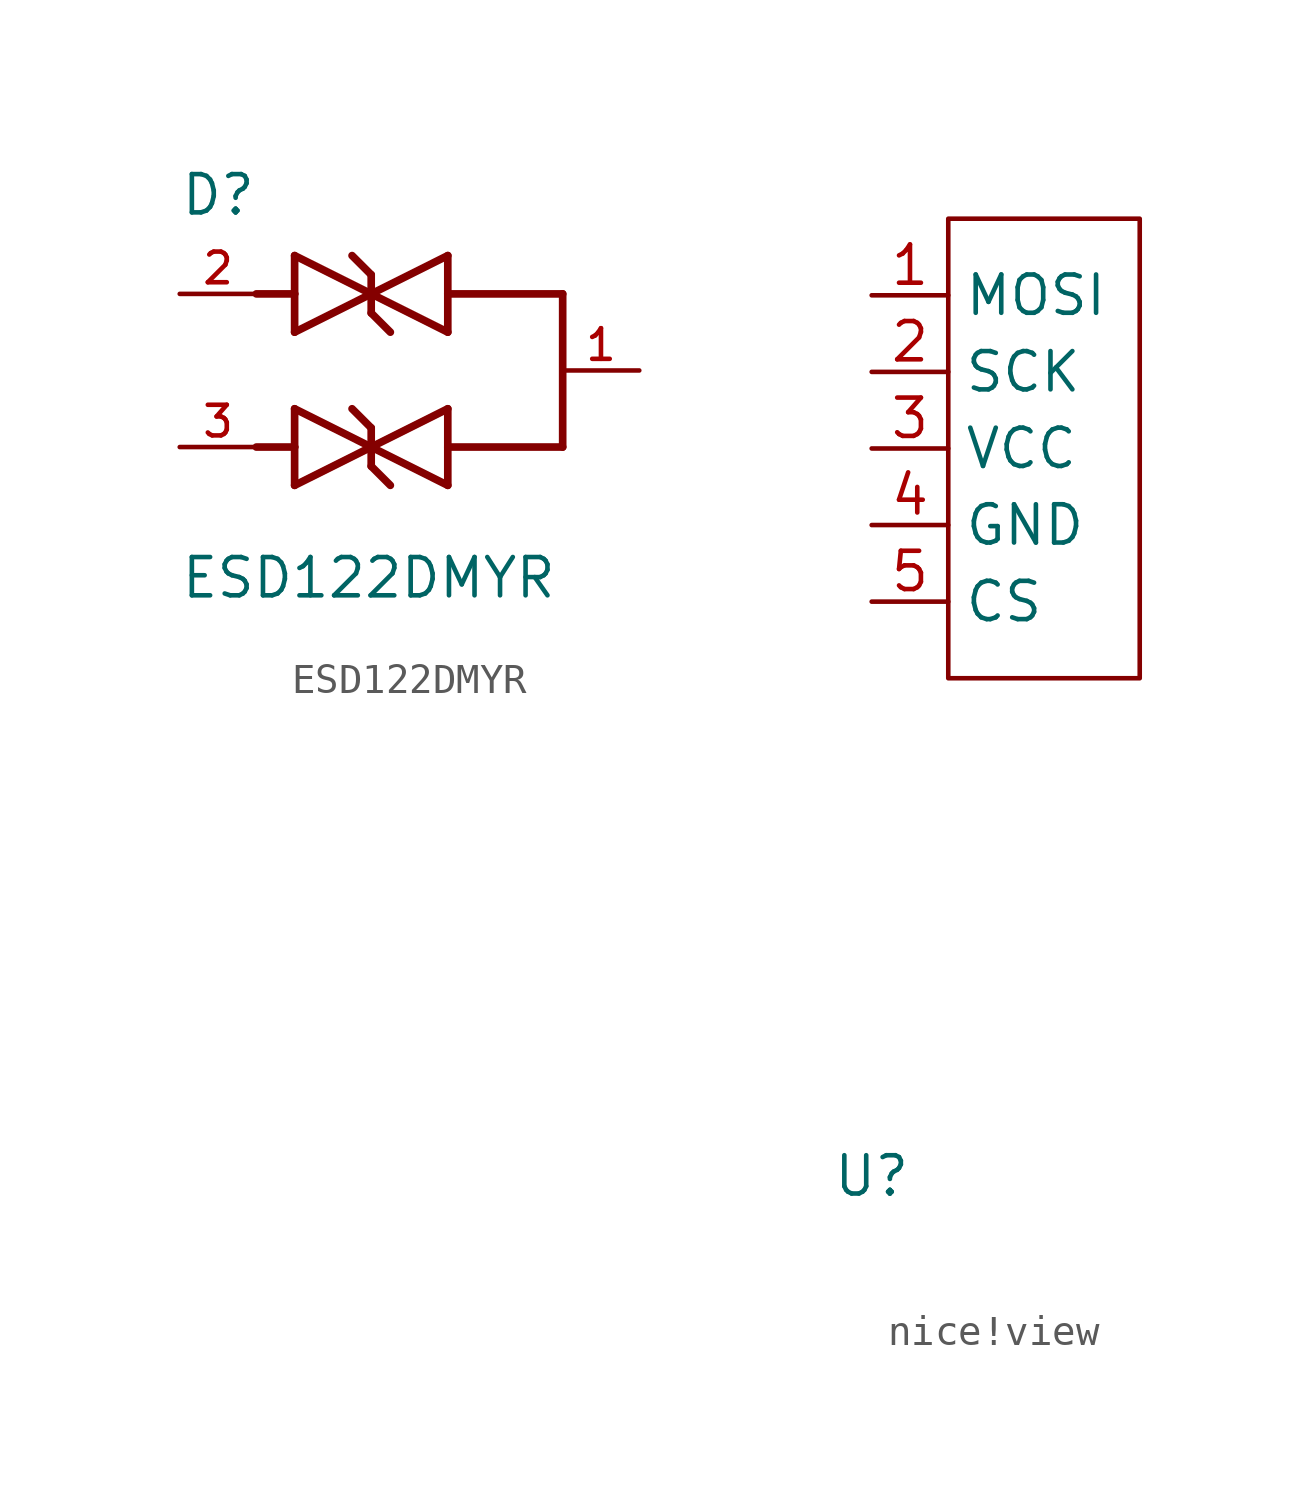
<source format=kicad_sym>
(kicad_symbol_lib
  (version 20231120)
  (generator "kicad_symbol_editor")
  (generator_version "8.0")
  (symbol "ESD122DMYR"
    (pin_names
      (offset 1.016))
    (property "Reference" "D"
      (at -7.62 5.08 0)
      (effects (font (size 1.27 1.27)) (justify left bottom)))
    (property "Value" "ESD122DMYR"
      (at -7.62 -7.62 0)
      (effects (font (size 1.27 1.27)) (justify left bottom)))
    (symbol "ESD122DMYR_0_0"
      (polyline (pts (xy -5.08 -2.54) (xy -3.81 -2.54)) (stroke (width 0.254) (type default)) (fill (type none)))
      (polyline (pts (xy -5.08 2.54) (xy -3.81 2.54)) (stroke (width 0.254) (type default)) (fill (type none)))
      (polyline (pts (xy -3.81 -3.81) (xy -1.27 -2.54)) (stroke (width 0.254) (type default)) (fill (type none)))
      (polyline (pts (xy -3.81 -2.54) (xy -3.81 -3.81)) (stroke (width 0.254) (type default)) (fill (type none)))
      (polyline (pts (xy -3.81 -1.27) (xy -3.81 -2.54)) (stroke (width 0.254) (type default)) (fill (type none)))
      (polyline (pts (xy -3.81 1.27) (xy -1.27 2.54)) (stroke (width 0.254) (type default)) (fill (type none)))
      (polyline (pts (xy -3.81 2.54) (xy -3.81 1.27)) (stroke (width 0.254) (type default)) (fill (type none)))
      (polyline (pts (xy -3.81 3.81) (xy -3.81 2.54)) (stroke (width 0.254) (type default)) (fill (type none)))
      (polyline (pts (xy -1.27 -3.175) (xy -1.27 -2.54)) (stroke (width 0.254) (type default)) (fill (type none)))
      (polyline (pts (xy -1.27 -2.54) (xy -3.81 -1.27)) (stroke (width 0.254) (type default)) (fill (type none)))
      (polyline (pts (xy -1.27 -2.54) (xy -1.27 -1.905)) (stroke (width 0.254) (type default)) (fill (type none)))
      (polyline (pts (xy -1.27 -2.54) (xy 1.27 -3.81)) (stroke (width 0.254) (type default)) (fill (type none)))
      (polyline (pts (xy -1.27 -1.905) (xy -1.905 -1.27)) (stroke (width 0.254) (type default)) (fill (type none)))
      (polyline (pts (xy -1.27 1.905) (xy -1.27 2.54)) (stroke (width 0.254) (type default)) (fill (type none)))
      (polyline (pts (xy -1.27 2.54) (xy -3.81 3.81)) (stroke (width 0.254) (type default)) (fill (type none)))
      (polyline (pts (xy -1.27 2.54) (xy -1.27 3.175)) (stroke (width 0.254) (type default)) (fill (type none)))
      (polyline (pts (xy -1.27 2.54) (xy 1.27 1.27)) (stroke (width 0.254) (type default)) (fill (type none)))
      (polyline (pts (xy -1.27 3.175) (xy -1.905 3.81)) (stroke (width 0.254) (type default)) (fill (type none)))
      (polyline (pts (xy -0.635 -3.81) (xy -1.27 -3.175)) (stroke (width 0.254) (type default)) (fill (type none)))
      (polyline (pts (xy -0.635 1.27) (xy -1.27 1.905)) (stroke (width 0.254) (type default)) (fill (type none)))
      (polyline (pts (xy 1.27 -3.81) (xy 1.27 -2.54)) (stroke (width 0.254) (type default)) (fill (type none)))
      (polyline (pts (xy 1.27 -2.54) (xy 1.27 -1.27)) (stroke (width 0.254) (type default)) (fill (type none)))
      (polyline (pts (xy 1.27 -1.27) (xy -1.27 -2.54)) (stroke (width 0.254) (type default)) (fill (type none)))
      (polyline (pts (xy 1.27 1.27) (xy 1.27 2.54)) (stroke (width 0.254) (type default)) (fill (type none)))
      (polyline (pts (xy 1.27 2.54) (xy 1.27 3.81)) (stroke (width 0.254) (type default)) (fill (type none)))
      (polyline (pts (xy 1.27 2.54) (xy 5.08 2.54)) (stroke (width 0.254) (type default)) (fill (type none)))
      (polyline (pts (xy 1.27 3.81) (xy -1.27 2.54)) (stroke (width 0.254) (type default)) (fill (type none)))
      (polyline (pts (xy 5.08 -2.54) (xy 1.27 -2.54)) (stroke (width 0.254) (type default)) (fill (type none)))
      (rectangle (start 5.08 -2.54) (end 5.08 2.54) (stroke (width 0.254) (type default)) (fill (type background)))
      (pin power_in line (at 7.62 0 180) (length 2.54) (name "~" (effects (font (size 1.016 1.016)))) (number "1" (effects (font (size 1.016 1.016)))))
      (pin passive line (at -7.62 2.54 0) (length 2.54) (name "~" (effects (font (size 1.016 1.016)))) (number "2" (effects (font (size 1.016 1.016)))))
      (pin passive line (at -7.62 -2.54 0) (length 2.54) (name "~" (effects (font (size 1.016 1.016)))) (number "3" (effects (font (size 1.016 1.016)))))))
  (symbol "nice!view"
    (property "Reference" "U"
      (at 0 0 0)
      (effects (font (size 1.27 1.27))))
    (property "Value" ""
      (at 0 0 0)
      (effects (font (size 1.27 1.27))))
    (symbol "nice!view_0_1"
      (rectangle (start 2.54 31.75) (end 8.89 16.51) (stroke (width 0) (type default)) (fill (type none))))
    (symbol "nice!view_1_1"
      (pin input line (at 0 29.21 0) (length 2.54) (name "MOSI" (effects (font (size 1.27 1.27)))) (number "1" (effects (font (size 1.27 1.27)))))
      (pin input line (at 0 26.67 0) (length 2.54) (name "SCK" (effects (font (size 1.27 1.27)))) (number "2" (effects (font (size 1.27 1.27)))))
      (pin input line (at 0 24.13 0) (length 2.54) (name "VCC" (effects (font (size 1.27 1.27)))) (number "3" (effects (font (size 1.27 1.27)))))
      (pin input line (at 0 21.59 0) (length 2.54) (name "GND" (effects (font (size 1.27 1.27)))) (number "4" (effects (font (size 1.27 1.27)))))
      (pin input line (at 0 19.05 0) (length 2.54) (name "CS" (effects (font (size 1.27 1.27)))) (number "5" (effects (font (size 1.27 1.27))))))))
</source>
